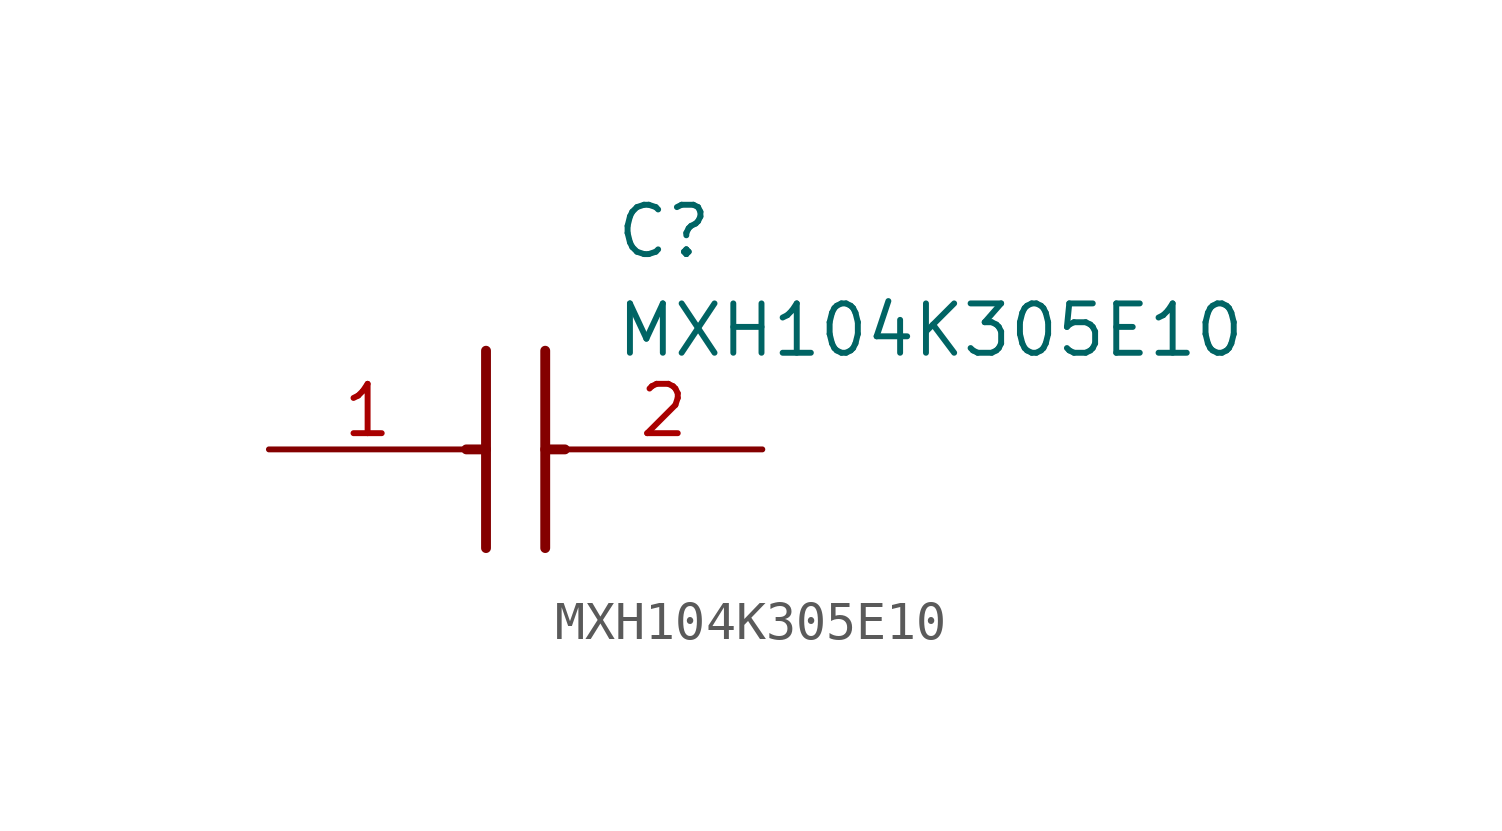
<source format=kicad_sym>
(kicad_symbol_lib
  (version 20211014)
  (generator SamacSys_ECAD_Model)
  (symbol "MXH104K305E10"
    (pin_names hide)
    (property "Reference" "C"
      (at 8.89 6.35 0)
      (effects (font (size 1.27 1.27)) (justify left top)))
    (property "Value" "MXH104K305E10"
      (at 8.89 3.81 0)
      (effects (font (size 1.27 1.27)) (justify left top)))
    (polyline
      (pts (xy 5.588 2.54) (xy 5.588 -2.54))
      (stroke (width 0.254) (type default))
      (fill (type none)))
    (polyline
      (pts (xy 7.112 2.54) (xy 7.112 -2.54))
      (stroke (width 0.254) (type default))
      (fill (type none)))
    (polyline
      (pts (xy 5.08 0) (xy 5.588 0))
      (stroke (width 0.254) (type default))
      (fill (type none)))
    (polyline
      (pts (xy 7.112 0) (xy 7.62 0))
      (stroke (width 0.254) (type default))
      (fill (type none)))
    (pin passive line
      (at 0 0 0)
      (length 5.08)
      (name "1" (effects (font (size 1.27 1.27))))
      (number "1" (effects (font (size 1.27 1.27)))))
    (pin passive line
      (at 12.7 0 180)
      (length 5.08)
      (name "2" (effects (font (size 1.27 1.27))))
      (number "2" (effects (font (size 1.27 1.27)))))))
</source>
